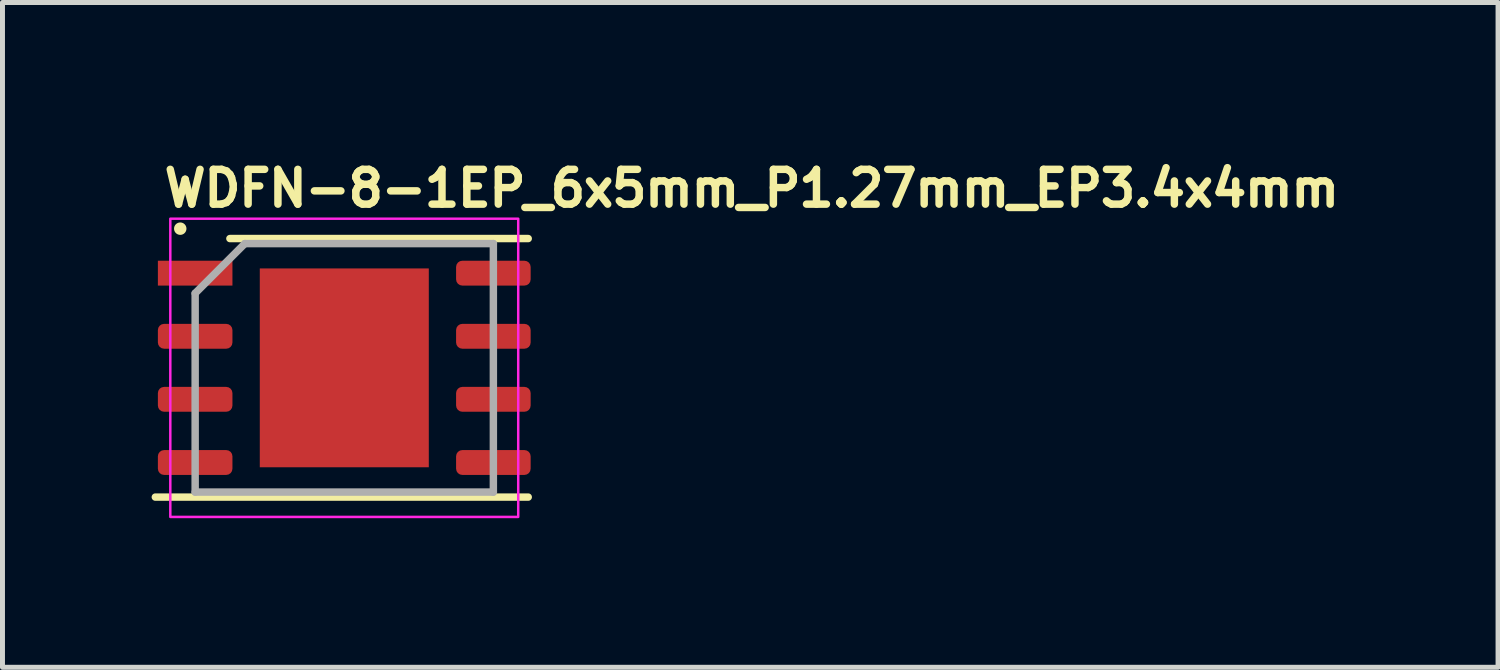
<source format=kicad_pcb>
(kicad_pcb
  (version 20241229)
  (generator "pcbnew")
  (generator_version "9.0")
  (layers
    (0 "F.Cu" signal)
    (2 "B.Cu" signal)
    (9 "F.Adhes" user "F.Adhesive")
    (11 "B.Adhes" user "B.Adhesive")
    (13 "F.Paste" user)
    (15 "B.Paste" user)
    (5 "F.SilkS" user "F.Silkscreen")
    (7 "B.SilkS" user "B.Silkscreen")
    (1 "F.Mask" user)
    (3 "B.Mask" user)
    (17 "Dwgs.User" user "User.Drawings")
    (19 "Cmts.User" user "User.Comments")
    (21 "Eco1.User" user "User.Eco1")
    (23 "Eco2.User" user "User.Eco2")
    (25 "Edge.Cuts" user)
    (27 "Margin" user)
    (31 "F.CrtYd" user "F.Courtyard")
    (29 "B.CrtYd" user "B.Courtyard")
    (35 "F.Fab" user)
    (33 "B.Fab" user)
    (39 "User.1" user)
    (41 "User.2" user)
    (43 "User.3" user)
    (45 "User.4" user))
  (footprint "WDFN-8-1EP_6x5mm_P1.27mm_EP3.4x4mm"
    (layer "F.Cu")
    (at 3.876 4.35)
    (property "Reference" "WDFN-8-1EP_6x5mm_P1.27mm_EP3.4x4mm" (at -3.7 -3.2 0) (layer "F.SilkS") (effects (font (size 0.7 0.7) (thickness 0.15)) (justify left bottom)))
    (attr smd)
    (fp_line (start -3.801 2.6) (end 3.7 2.6) (stroke (width 0.15) (type solid)) (layer "F.SilkS"))
    (fp_line (start -2.301 -2.601) (end 3.7 -2.601) (stroke (width 0.15) (type solid)) (layer "F.SilkS"))
    (fp_circle (center -3.3 -2.8) (end -3.25 -2.8) (stroke (width 0.15) (type solid)) (fill yes) (layer "F.SilkS"))
    (fp_rect (start -3.5 -3) (end 3.499 2.999) (stroke (width 0.05) (type solid)) (fill no) (layer "F.CrtYd"))
    (fp_line (start -3 -1.5) (end -3 2.499) (stroke (width 0.15) (type solid)) (layer "F.Fab"))
    (fp_line (start -3 2.499) (end 2.999 2.499) (stroke (width 0.15) (type solid)) (layer "F.Fab"))
    (fp_line (start -2 -2.5) (end -3 -1.5) (stroke (width 0.15) (type solid)) (layer "F.Fab"))
    (fp_line (start 2.999 -2.5) (end -2 -2.5) (stroke (width 0.15) (type solid)) (layer "F.Fab"))
    (fp_line (start 2.999 2.499) (end 2.999 -2.5) (stroke (width 0.15) (type solid)) (layer "F.Fab"))
    (fp_rect (start -3 -2.5) (end 2.999 2.499) (stroke (width 0.1) (type solid)) (fill no) (layer "User.5"))
    (fp_line (start -3 -2.5) (end -3 2.499) (stroke (width 0.02) (type solid)) (layer "User.9"))
    (fp_line (start -3 2.499) (end 2.999 2.499) (stroke (width 0.02) (type solid)) (layer "User.9"))
    (fp_line (start -2.81 -2.14) (end -2.81 -2.129) (stroke (width 0.02) (type solid)) (layer "User.9"))
    (fp_line (start -2.81 -2.14) (end -2.81 -2.129) (stroke (width 0.02) (type solid)) (layer "User.9"))
    (fp_line (start -2.81 -2.129) (end -2.81 -2.121) (stroke (width 0.02) (type solid)) (layer "User.9"))
    (fp_line (start -2.81 -2.129) (end -2.81 -2.121) (stroke (width 0.02) (type solid)) (layer "User.9"))
    (fp_line (start -2.81 -2.121) (end -2.81 -2.11) (stroke (width 0.02) (type solid)) (layer "User.9"))
    (fp_line (start -2.81 -2.121) (end -2.81 -2.11) (stroke (width 0.02) (type solid)) (layer "User.9"))
    (fp_line (start -2.81 -2.11) (end -2.81 -2.101) (stroke (width 0.02) (type solid)) (layer "User.9"))
    (fp_line (start -2.81 -2.11) (end -2.81 -2.101) (stroke (width 0.02) (type solid)) (layer "User.9"))
    (fp_line (start -2.81 -2.101) (end -2.809 -2.092) (stroke (width 0.02) (type solid)) (layer "User.9"))
    (fp_line (start -2.81 -2.101) (end -2.809 -2.092) (stroke (width 0.02) (type solid)) (layer "User.9"))
    (fp_line (start -2.809 -2.149) (end -2.81 -2.14) (stroke (width 0.02) (type solid)) (layer "User.9"))
    (fp_line (start -2.809 -2.149) (end -2.81 -2.14) (stroke (width 0.02) (type solid)) (layer "User.9"))
    (fp_line (start -2.809 -2.092) (end -2.806 -2.081) (stroke (width 0.02) (type solid)) (layer "User.9"))
    (fp_line (start -2.809 -2.092) (end -2.806 -2.081) (stroke (width 0.02) (type solid)) (layer "User.9"))
    (fp_line (start -2.806 -2.158) (end -2.809 -2.149) (stroke (width 0.02) (type solid)) (layer "User.9"))
    (fp_line (start -2.806 -2.158) (end -2.809 -2.149) (stroke (width 0.02) (type solid)) (layer "User.9"))
    (fp_line (start -2.806 -2.081) (end -2.805 -2.073) (stroke (width 0.02) (type solid)) (layer "User.9"))
    (fp_line (start -2.806 -2.081) (end -2.805 -2.073) (stroke (width 0.02) (type solid)) (layer "User.9"))
    (fp_line (start -2.805 -2.168) (end -2.806 -2.158) (stroke (width 0.02) (type solid)) (layer "User.9"))
    (fp_line (start -2.805 -2.168) (end -2.806 -2.158) (stroke (width 0.02) (type solid)) (layer "User.9"))
    (fp_line (start -2.805 -2.073) (end -2.802 -2.064) (stroke (width 0.02) (type solid)) (layer "User.9"))
    (fp_line (start -2.805 -2.073) (end -2.802 -2.064) (stroke (width 0.02) (type solid)) (layer "User.9"))
    (fp_line (start -2.802 -2.177) (end -2.805 -2.168) (stroke (width 0.02) (type solid)) (layer "User.9"))
    (fp_line (start -2.802 -2.177) (end -2.805 -2.168) (stroke (width 0.02) (type solid)) (layer "User.9"))
    (fp_line (start -2.802 -2.064) (end -2.798 -2.054) (stroke (width 0.02) (type solid)) (layer "User.9"))
    (fp_line (start -2.802 -2.064) (end -2.798 -2.054) (stroke (width 0.02) (type solid)) (layer "User.9"))
    (fp_line (start -2.798 -2.186) (end -2.802 -2.177) (stroke (width 0.02) (type solid)) (layer "User.9"))
    (fp_line (start -2.798 -2.186) (end -2.802 -2.177) (stroke (width 0.02) (type solid)) (layer "User.9"))
    (fp_line (start -2.798 -2.054) (end -2.795 -2.045) (stroke (width 0.02) (type solid)) (layer "User.9"))
    (fp_line (start -2.798 -2.054) (end -2.795 -2.045) (stroke (width 0.02) (type solid)) (layer "User.9"))
    (fp_line (start -2.795 -2.194) (end -2.798 -2.186) (stroke (width 0.02) (type solid)) (layer "User.9"))
    (fp_line (start -2.795 -2.194) (end -2.798 -2.186) (stroke (width 0.02) (type solid)) (layer "User.9"))
    (fp_line (start -2.795 -2.045) (end -2.791 -2.037) (stroke (width 0.02) (type solid)) (layer "User.9"))
    (fp_line (start -2.795 -2.045) (end -2.791 -2.037) (stroke (width 0.02) (type solid)) (layer "User.9"))
    (fp_line (start -2.791 -2.202) (end -2.795 -2.194) (stroke (width 0.02) (type solid)) (layer "User.9"))
    (fp_line (start -2.791 -2.202) (end -2.795 -2.194) (stroke (width 0.02) (type solid)) (layer "User.9"))
    (fp_line (start -2.791 -2.037) (end -2.787 -2.029) (stroke (width 0.02) (type solid)) (layer "User.9"))
    (fp_line (start -2.791 -2.037) (end -2.787 -2.029) (stroke (width 0.02) (type solid)) (layer "User.9"))
    (fp_line (start -2.787 -2.21) (end -2.791 -2.202) (stroke (width 0.02) (type solid)) (layer "User.9"))
    (fp_line (start -2.787 -2.21) (end -2.791 -2.202) (stroke (width 0.02) (type solid)) (layer "User.9"))
    (fp_line (start -2.787 -2.029) (end -2.782 -2.021) (stroke (width 0.02) (type solid)) (layer "User.9"))
    (fp_line (start -2.787 -2.029) (end -2.782 -2.021) (stroke (width 0.02) (type solid)) (layer "User.9"))
    (fp_line (start -2.782 -2.218) (end -2.787 -2.21) (stroke (width 0.02) (type solid)) (layer "User.9"))
    (fp_line (start -2.782 -2.218) (end -2.787 -2.21) (stroke (width 0.02) (type solid)) (layer "User.9"))
    (fp_line (start -2.782 -2.021) (end -2.778 -2.013) (stroke (width 0.02) (type solid)) (layer "User.9"))
    (fp_line (start -2.782 -2.021) (end -2.778 -2.013) (stroke (width 0.02) (type solid)) (layer "User.9"))
    (fp_line (start -2.778 -2.226) (end -2.782 -2.218) (stroke (width 0.02) (type solid)) (layer "User.9"))
    (fp_line (start -2.778 -2.226) (end -2.782 -2.218) (stroke (width 0.02) (type solid)) (layer "User.9"))
    (fp_line (start -2.778 -2.013) (end -2.773 -2.007) (stroke (width 0.02) (type solid)) (layer "User.9"))
    (fp_line (start -2.778 -2.013) (end -2.773 -2.007) (stroke (width 0.02) (type solid)) (layer "User.9"))
    (fp_line (start -2.773 -2.234) (end -2.778 -2.226) (stroke (width 0.02) (type solid)) (layer "User.9"))
    (fp_line (start -2.773 -2.234) (end -2.778 -2.226) (stroke (width 0.02) (type solid)) (layer "User.9"))
    (fp_line (start -2.773 -2.007) (end -2.767 -1.998) (stroke (width 0.02) (type solid)) (layer "User.9"))
    (fp_line (start -2.773 -2.007) (end -2.767 -1.998) (stroke (width 0.02) (type solid)) (layer "User.9"))
    (fp_line (start -2.767 -1.998) (end -2.762 -1.992) (stroke (width 0.02) (type solid)) (layer "User.9"))
    (fp_line (start -2.767 -1.998) (end -2.762 -1.992) (stroke (width 0.02) (type solid)) (layer "User.9"))
    (fp_line (start -2.766 -2.242) (end -2.773 -2.234) (stroke (width 0.02) (type solid)) (layer "User.9"))
    (fp_line (start -2.766 -2.242) (end -2.773 -2.234) (stroke (width 0.02) (type solid)) (layer "User.9"))
    (fp_line (start -2.762 -1.992) (end -2.754 -1.986) (stroke (width 0.02) (type solid)) (layer "User.9"))
    (fp_line (start -2.762 -1.992) (end -2.754 -1.986) (stroke (width 0.02) (type solid)) (layer "User.9"))
    (fp_line (start -2.761 -2.249) (end -2.766 -2.242) (stroke (width 0.02) (type solid)) (layer "User.9"))
    (fp_line (start -2.761 -2.249) (end -2.766 -2.242) (stroke (width 0.02) (type solid)) (layer "User.9"))
    (fp_line (start -2.754 -2.254) (end -2.761 -2.249) (stroke (width 0.02) (type solid)) (layer "User.9"))
    (fp_line (start -2.754 -2.254) (end -2.761 -2.249) (stroke (width 0.02) (type solid)) (layer "User.9"))
    (fp_line (start -2.754 -1.986) (end -2.749 -1.98) (stroke (width 0.02) (type solid)) (layer "User.9"))
    (fp_line (start -2.754 -1.986) (end -2.749 -1.98) (stroke (width 0.02) (type solid)) (layer "User.9"))
    (fp_line (start -2.749 -2.261) (end -2.754 -2.254) (stroke (width 0.02) (type solid)) (layer "User.9"))
    (fp_line (start -2.749 -2.261) (end -2.754 -2.254) (stroke (width 0.02) (type solid)) (layer "User.9"))
    (fp_line (start -2.749 -1.98) (end -2.742 -1.974) (stroke (width 0.02) (type solid)) (layer "User.9"))
    (fp_line (start -2.749 -1.98) (end -2.742 -1.974) (stroke (width 0.02) (type solid)) (layer "User.9"))
    (fp_line (start -2.742 -2.266) (end -2.749 -2.261) (stroke (width 0.02) (type solid)) (layer "User.9"))
    (fp_line (start -2.742 -2.266) (end -2.749 -2.261) (stroke (width 0.02) (type solid)) (layer "User.9"))
    (fp_line (start -2.742 -1.974) (end -2.734 -1.968) (stroke (width 0.02) (type solid)) (layer "User.9"))
    (fp_line (start -2.742 -1.974) (end -2.734 -1.968) (stroke (width 0.02) (type solid)) (layer "User.9"))
    (fp_line (start -2.734 -2.273) (end -2.742 -2.266) (stroke (width 0.02) (type solid)) (layer "User.9"))
    (fp_line (start -2.734 -2.273) (end -2.742 -2.266) (stroke (width 0.02) (type solid)) (layer "User.9"))
    (fp_line (start -2.734 -1.968) (end -2.726 -1.962) (stroke (width 0.02) (type solid)) (layer "User.9"))
    (fp_line (start -2.734 -1.968) (end -2.726 -1.962) (stroke (width 0.02) (type solid)) (layer "User.9"))
    (fp_line (start -2.726 -2.278) (end -2.734 -2.273) (stroke (width 0.02) (type solid)) (layer "User.9"))
    (fp_line (start -2.726 -2.278) (end -2.734 -2.273) (stroke (width 0.02) (type solid)) (layer "User.9"))
    (fp_line (start -2.726 -1.962) (end -2.718 -1.958) (stroke (width 0.02) (type solid)) (layer "User.9"))
    (fp_line (start -2.726 -1.962) (end -2.718 -1.958) (stroke (width 0.02) (type solid)) (layer "User.9"))
    (fp_line (start -2.718 -2.282) (end -2.726 -2.278) (stroke (width 0.02) (type solid)) (layer "User.9"))
    (fp_line (start -2.718 -2.282) (end -2.726 -2.278) (stroke (width 0.02) (type solid)) (layer "User.9"))
    (fp_line (start -2.718 -1.958) (end -2.71 -1.952) (stroke (width 0.02) (type solid)) (layer "User.9"))
    (fp_line (start -2.718 -1.958) (end -2.71 -1.952) (stroke (width 0.02) (type solid)) (layer "User.9"))
    (fp_line (start -2.71 -2.287) (end -2.718 -2.282) (stroke (width 0.02) (type solid)) (layer "User.9"))
    (fp_line (start -2.71 -2.287) (end -2.718 -2.282) (stroke (width 0.02) (type solid)) (layer "User.9"))
    (fp_line (start -2.71 -1.952) (end -2.702 -1.948) (stroke (width 0.02) (type solid)) (layer "User.9"))
    (fp_line (start -2.71 -1.952) (end -2.702 -1.948) (stroke (width 0.02) (type solid)) (layer "User.9"))
    (fp_line (start -2.702 -2.291) (end -2.71 -2.287) (stroke (width 0.02) (type solid)) (layer "User.9"))
    (fp_line (start -2.702 -2.291) (end -2.71 -2.287) (stroke (width 0.02) (type solid)) (layer "User.9"))
    (fp_line (start -2.702 -1.948) (end -2.694 -1.944) (stroke (width 0.02) (type solid)) (layer "User.9"))
    (fp_line (start -2.702 -1.948) (end -2.694 -1.944) (stroke (width 0.02) (type solid)) (layer "User.9"))
    (fp_line (start -2.694 -2.295) (end -2.702 -2.291) (stroke (width 0.02) (type solid)) (layer "User.9"))
    (fp_line (start -2.694 -2.295) (end -2.702 -2.291) (stroke (width 0.02) (type solid)) (layer "User.9"))
    (fp_line (start -2.694 -1.944) (end -2.685 -1.942) (stroke (width 0.02) (type solid)) (layer "User.9"))
    (fp_line (start -2.694 -1.944) (end -2.685 -1.942) (stroke (width 0.02) (type solid)) (layer "User.9"))
    (fp_line (start -2.685 -2.298) (end -2.694 -2.295) (stroke (width 0.02) (type solid)) (layer "User.9"))
    (fp_line (start -2.685 -2.298) (end -2.694 -2.295) (stroke (width 0.02) (type solid)) (layer "User.9"))
    (fp_line (start -2.685 -1.942) (end -2.677 -1.938) (stroke (width 0.02) (type solid)) (layer "User.9"))
    (fp_line (start -2.685 -1.942) (end -2.677 -1.938) (stroke (width 0.02) (type solid)) (layer "User.9"))
    (fp_line (start -2.677 -2.302) (end -2.685 -2.298) (stroke (width 0.02) (type solid)) (layer "User.9"))
    (fp_line (start -2.677 -2.302) (end -2.685 -2.298) (stroke (width 0.02) (type solid)) (layer "User.9"))
    (fp_line (start -2.677 -1.938) (end -2.668 -1.936) (stroke (width 0.02) (type solid)) (layer "User.9"))
    (fp_line (start -2.677 -1.938) (end -2.668 -1.936) (stroke (width 0.02) (type solid)) (layer "User.9"))
    (fp_line (start -2.668 -2.305) (end -2.677 -2.302) (stroke (width 0.02) (type solid)) (layer "User.9"))
    (fp_line (start -2.668 -2.305) (end -2.677 -2.302) (stroke (width 0.02) (type solid)) (layer "User.9"))
    (fp_line (start -2.668 -1.936) (end -2.658 -1.934) (stroke (width 0.02) (type solid)) (layer "User.9"))
    (fp_line (start -2.668 -1.936) (end -2.658 -1.934) (stroke (width 0.02) (type solid)) (layer "User.9"))
    (fp_line (start -2.658 -2.307) (end -2.668 -2.305) (stroke (width 0.02) (type solid)) (layer "User.9"))
    (fp_line (start -2.658 -2.307) (end -2.668 -2.305) (stroke (width 0.02) (type solid)) (layer "User.9"))
    (fp_line (start -2.658 -1.934) (end -2.649 -1.932) (stroke (width 0.02) (type solid)) (layer "User.9"))
    (fp_line (start -2.658 -1.934) (end -2.649 -1.932) (stroke (width 0.02) (type solid)) (layer "User.9"))
    (fp_line (start -2.649 -2.308) (end -2.658 -2.307) (stroke (width 0.02) (type solid)) (layer "User.9"))
    (fp_line (start -2.649 -2.308) (end -2.658 -2.307) (stroke (width 0.02) (type solid)) (layer "User.9"))
    (fp_line (start -2.649 -1.932) (end -2.64 -1.93) (stroke (width 0.02) (type solid)) (layer "User.9"))
    (fp_line (start -2.649 -1.932) (end -2.64 -1.93) (stroke (width 0.02) (type solid)) (layer "User.9"))
    (fp_line (start -2.64 -2.31) (end -2.649 -2.308) (stroke (width 0.02) (type solid)) (layer "User.9"))
    (fp_line (start -2.64 -2.31) (end -2.649 -2.308) (stroke (width 0.02) (type solid)) (layer "User.9"))
    (fp_line (start -2.64 -1.93) (end -2.629 -1.93) (stroke (width 0.02) (type solid)) (layer "User.9"))
    (fp_line (start -2.64 -1.93) (end -2.629 -1.93) (stroke (width 0.02) (type solid)) (layer "User.9"))
    (fp_line (start -2.629 -2.311) (end -2.64 -2.31) (stroke (width 0.02) (type solid)) (layer "User.9"))
    (fp_line (start -2.629 -2.311) (end -2.64 -2.31) (stroke (width 0.02) (type solid)) (layer "User.9"))
    (fp_line (start -2.629 -1.93) (end -2.621 -1.93) (stroke (width 0.02) (type solid)) (layer "User.9"))
    (fp_line (start -2.629 -1.93) (end -2.621 -1.93) (stroke (width 0.02) (type solid)) (layer "User.9"))
    (fp_line (start -2.621 -1.93) (end -2.621 -1.93) (stroke (width 0.02) (type solid)) (layer "User.9"))
    (fp_line (start -2.621 -1.93) (end -2.621 -1.93) (stroke (width 0.02) (type solid)) (layer "User.9"))
    (fp_line (start -2.621 -1.93) (end -2.61 -1.93) (stroke (width 0.02) (type solid)) (layer "User.9"))
    (fp_line (start -2.621 -1.93) (end -2.61 -1.93) (stroke (width 0.02) (type solid)) (layer "User.9"))
    (fp_line (start -2.62 -2.311) (end -2.629 -2.311) (stroke (width 0.02) (type solid)) (layer "User.9"))
    (fp_line (start -2.62 -2.311) (end -2.629 -2.311) (stroke (width 0.02) (type solid)) (layer "User.9"))
    (fp_line (start -2.62 -2.311) (end -2.62 -2.311) (stroke (width 0.02) (type solid)) (layer "User.9"))
    (fp_line (start -2.62 -2.311) (end -2.62 -2.311) (stroke (width 0.02) (type solid)) (layer "User.9"))
    (fp_line (start -2.61 -2.311) (end -2.62 -2.311) (stroke (width 0.02) (type solid)) (layer "User.9"))
    (fp_line (start -2.61 -2.311) (end -2.62 -2.311) (stroke (width 0.02) (type solid)) (layer "User.9"))
    (fp_line (start -2.61 -1.93) (end -2.601 -1.93) (stroke (width 0.02) (type solid)) (layer "User.9"))
    (fp_line (start -2.61 -1.93) (end -2.601 -1.93) (stroke (width 0.02) (type solid)) (layer "User.9"))
    (fp_line (start -2.601 -2.31) (end -2.61 -2.311) (stroke (width 0.02) (type solid)) (layer "User.9"))
    (fp_line (start -2.601 -2.31) (end -2.61 -2.311) (stroke (width 0.02) (type solid)) (layer "User.9"))
    (fp_line (start -2.601 -1.93) (end -2.592 -1.932) (stroke (width 0.02) (type solid)) (layer "User.9"))
    (fp_line (start -2.601 -1.93) (end -2.592 -1.932) (stroke (width 0.02) (type solid)) (layer "User.9"))
    (fp_line (start -2.592 -1.932) (end -2.581 -1.934) (stroke (width 0.02) (type solid)) (layer "User.9"))
    (fp_line (start -2.592 -1.932) (end -2.581 -1.934) (stroke (width 0.02) (type solid)) (layer "User.9"))
    (fp_line (start -2.59 -2.308) (end -2.601 -2.31) (stroke (width 0.02) (type solid)) (layer "User.9"))
    (fp_line (start -2.59 -2.308) (end -2.601 -2.31) (stroke (width 0.02) (type solid)) (layer "User.9"))
    (fp_line (start -2.581 -2.307) (end -2.59 -2.308) (stroke (width 0.02) (type solid)) (layer "User.9"))
    (fp_line (start -2.581 -2.307) (end -2.59 -2.308) (stroke (width 0.02) (type solid)) (layer "User.9"))
    (fp_line (start -2.581 -1.934) (end -2.573 -1.936) (stroke (width 0.02) (type solid)) (layer "User.9"))
    (fp_line (start -2.581 -1.934) (end -2.573 -1.936) (stroke (width 0.02) (type solid)) (layer "User.9"))
    (fp_line (start -2.573 -2.305) (end -2.581 -2.307) (stroke (width 0.02) (type solid)) (layer "User.9"))
    (fp_line (start -2.573 -2.305) (end -2.581 -2.307) (stroke (width 0.02) (type solid)) (layer "User.9"))
    (fp_line (start -2.573 -1.936) (end -2.564 -1.938) (stroke (width 0.02) (type solid)) (layer "User.9"))
    (fp_line (start -2.573 -1.936) (end -2.564 -1.938) (stroke (width 0.02) (type solid)) (layer "User.9"))
    (fp_line (start -2.564 -2.302) (end -2.573 -2.305) (stroke (width 0.02) (type solid)) (layer "User.9"))
    (fp_line (start -2.564 -2.302) (end -2.573 -2.305) (stroke (width 0.02) (type solid)) (layer "User.9"))
    (fp_line (start -2.564 -1.938) (end -2.555 -1.942) (stroke (width 0.02) (type solid)) (layer "User.9"))
    (fp_line (start -2.564 -1.938) (end -2.555 -1.942) (stroke (width 0.02) (type solid)) (layer "User.9"))
    (fp_line (start -2.555 -2.298) (end -2.564 -2.302) (stroke (width 0.02) (type solid)) (layer "User.9"))
    (fp_line (start -2.555 -2.298) (end -2.564 -2.302) (stroke (width 0.02) (type solid)) (layer "User.9"))
    (fp_line (start -2.555 -1.942) (end -2.545 -1.944) (stroke (width 0.02) (type solid)) (layer "User.9"))
    (fp_line (start -2.555 -1.942) (end -2.545 -1.944) (stroke (width 0.02) (type solid)) (layer "User.9"))
    (fp_line (start -2.545 -2.295) (end -2.555 -2.298) (stroke (width 0.02) (type solid)) (layer "User.9"))
    (fp_line (start -2.545 -2.295) (end -2.555 -2.298) (stroke (width 0.02) (type solid)) (layer "User.9"))
    (fp_line (start -2.545 -1.944) (end -2.537 -1.948) (stroke (width 0.02) (type solid)) (layer "User.9"))
    (fp_line (start -2.545 -1.944) (end -2.537 -1.948) (stroke (width 0.02) (type solid)) (layer "User.9"))
    (fp_line (start -2.537 -2.291) (end -2.545 -2.295) (stroke (width 0.02) (type solid)) (layer "User.9"))
    (fp_line (start -2.537 -2.291) (end -2.545 -2.295) (stroke (width 0.02) (type solid)) (layer "User.9"))
    (fp_line (start -2.537 -1.948) (end -2.529 -1.952) (stroke (width 0.02) (type solid)) (layer "User.9"))
    (fp_line (start -2.537 -1.948) (end -2.529 -1.952) (stroke (width 0.02) (type solid)) (layer "User.9"))
    (fp_line (start -2.529 -2.287) (end -2.537 -2.291) (stroke (width 0.02) (type solid)) (layer "User.9"))
    (fp_line (start -2.529 -2.287) (end -2.537 -2.291) (stroke (width 0.02) (type solid)) (layer "User.9"))
    (fp_line (start -2.529 -1.952) (end -2.521 -1.958) (stroke (width 0.02) (type solid)) (layer "User.9"))
    (fp_line (start -2.529 -1.952) (end -2.521 -1.958) (stroke (width 0.02) (type solid)) (layer "User.9"))
    (fp_line (start -2.521 -2.282) (end -2.529 -2.287) (stroke (width 0.02) (type solid)) (layer "User.9"))
    (fp_line (start -2.521 -2.282) (end -2.529 -2.287) (stroke (width 0.02) (type solid)) (layer "User.9"))
    (fp_line (start -2.521 -1.958) (end -2.513 -1.962) (stroke (width 0.02) (type solid)) (layer "User.9"))
    (fp_line (start -2.521 -1.958) (end -2.513 -1.962) (stroke (width 0.02) (type solid)) (layer "User.9"))
    (fp_line (start -2.513 -2.278) (end -2.521 -2.282) (stroke (width 0.02) (type solid)) (layer "User.9"))
    (fp_line (start -2.513 -2.278) (end -2.521 -2.282) (stroke (width 0.02) (type solid)) (layer "User.9"))
    (fp_line (start -2.513 -1.962) (end -2.507 -1.968) (stroke (width 0.02) (type solid)) (layer "User.9"))
    (fp_line (start -2.513 -1.962) (end -2.507 -1.968) (stroke (width 0.02) (type solid)) (layer "User.9"))
    (fp_line (start -2.507 -2.273) (end -2.513 -2.278) (stroke (width 0.02) (type solid)) (layer "User.9"))
    (fp_line (start -2.507 -2.273) (end -2.513 -2.278) (stroke (width 0.02) (type solid)) (layer "User.9"))
    (fp_line (start -2.507 -1.968) (end -2.499 -1.974) (stroke (width 0.02) (type solid)) (layer "User.9"))
    (fp_line (start -2.507 -1.968) (end -2.499 -1.974) (stroke (width 0.02) (type solid)) (layer "User.9"))
    (fp_line (start -2.499 -2.266) (end -2.507 -2.273) (stroke (width 0.02) (type solid)) (layer "User.9"))
    (fp_line (start -2.499 -2.266) (end -2.507 -2.273) (stroke (width 0.02) (type solid)) (layer "User.9"))
    (fp_line (start -2.499 -1.974) (end -2.492 -1.98) (stroke (width 0.02) (type solid)) (layer "User.9"))
    (fp_line (start -2.499 -1.974) (end -2.492 -1.98) (stroke (width 0.02) (type solid)) (layer "User.9"))
    (fp_line (start -2.492 -2.261) (end -2.499 -2.266) (stroke (width 0.02) (type solid)) (layer "User.9"))
    (fp_line (start -2.492 -2.261) (end -2.499 -2.266) (stroke (width 0.02) (type solid)) (layer "User.9"))
    (fp_line (start -2.492 -1.98) (end -2.485 -1.986) (stroke (width 0.02) (type solid)) (layer "User.9"))
    (fp_line (start -2.492 -1.98) (end -2.485 -1.986) (stroke (width 0.02) (type solid)) (layer "User.9"))
    (fp_line (start -2.485 -2.254) (end -2.492 -2.261) (stroke (width 0.02) (type solid)) (layer "User.9"))
    (fp_line (start -2.485 -2.254) (end -2.492 -2.261) (stroke (width 0.02) (type solid)) (layer "User.9"))
    (fp_line (start -2.485 -1.986) (end -2.48 -1.992) (stroke (width 0.02) (type solid)) (layer "User.9"))
    (fp_line (start -2.485 -1.986) (end -2.48 -1.992) (stroke (width 0.02) (type solid)) (layer "User.9"))
    (fp_line (start -2.48 -1.992) (end -2.473 -1.998) (stroke (width 0.02) (type solid)) (layer "User.9"))
    (fp_line (start -2.48 -1.992) (end -2.473 -1.998) (stroke (width 0.02) (type solid)) (layer "User.9"))
    (fp_line (start -2.479 -2.249) (end -2.485 -2.254) (stroke (width 0.02) (type solid)) (layer "User.9"))
    (fp_line (start -2.479 -2.249) (end -2.485 -2.254) (stroke (width 0.02) (type solid)) (layer "User.9"))
    (fp_line (start -2.473 -1.998) (end -2.468 -2.007) (stroke (width 0.02) (type solid)) (layer "User.9"))
    (fp_line (start -2.473 -1.998) (end -2.468 -2.007) (stroke (width 0.02) (type solid)) (layer "User.9"))
    (fp_line (start -2.472 -2.242) (end -2.479 -2.249) (stroke (width 0.02) (type solid)) (layer "User.9"))
    (fp_line (start -2.472 -2.242) (end -2.479 -2.249) (stroke (width 0.02) (type solid)) (layer "User.9"))
    (fp_line (start -2.468 -2.234) (end -2.472 -2.242) (stroke (width 0.02) (type solid)) (layer "User.9"))
    (fp_line (start -2.468 -2.234) (end -2.472 -2.242) (stroke (width 0.02) (type solid)) (layer "User.9"))
    (fp_line (start -2.468 -2.007) (end -2.463 -2.013) (stroke (width 0.02) (type solid)) (layer "User.9"))
    (fp_line (start -2.468 -2.007) (end -2.463 -2.013) (stroke (width 0.02) (type solid)) (layer "User.9"))
    (fp_line (start -2.463 -2.226) (end -2.468 -2.234) (stroke (width 0.02) (type solid)) (layer "User.9"))
    (fp_line (start -2.463 -2.226) (end -2.468 -2.234) (stroke (width 0.02) (type solid)) (layer "User.9"))
    (fp_line (start -2.463 -2.013) (end -2.457 -2.021) (stroke (width 0.02) (type solid)) (layer "User.9"))
    (fp_line (start -2.463 -2.013) (end -2.457 -2.021) (stroke (width 0.02) (type solid)) (layer "User.9"))
    (fp_line (start -2.457 -2.218) (end -2.463 -2.226) (stroke (width 0.02) (type solid)) (layer "User.9"))
    (fp_line (start -2.457 -2.218) (end -2.463 -2.226) (stroke (width 0.02) (type solid)) (layer "User.9"))
    (fp_line (start -2.457 -2.021) (end -2.452 -2.029) (stroke (width 0.02) (type solid)) (layer "User.9"))
    (fp_line (start -2.457 -2.021) (end -2.452 -2.029) (stroke (width 0.02) (type solid)) (layer "User.9"))
    (fp_line (start -2.452 -2.21) (end -2.457 -2.218) (stroke (width 0.02) (type solid)) (layer "User.9"))
    (fp_line (start -2.452 -2.21) (end -2.457 -2.218) (stroke (width 0.02) (type solid)) (layer "User.9"))
    (fp_line (start -2.452 -2.029) (end -2.448 -2.037) (stroke (width 0.02) (type solid)) (layer "User.9"))
    (fp_line (start -2.452 -2.029) (end -2.448 -2.037) (stroke (width 0.02) (type solid)) (layer "User.9"))
    (fp_line (start -2.448 -2.202) (end -2.452 -2.21) (stroke (width 0.02) (type solid)) (layer "User.9"))
    (fp_line (start -2.448 -2.202) (end -2.452 -2.21) (stroke (width 0.02) (type solid)) (layer "User.9"))
    (fp_line (start -2.448 -2.037) (end -2.444 -2.045) (stroke (width 0.02) (type solid)) (layer "User.9"))
    (fp_line (start -2.448 -2.037) (end -2.444 -2.045) (stroke (width 0.02) (type solid)) (layer "User.9"))
    (fp_line (start -2.444 -2.194) (end -2.448 -2.202) (stroke (width 0.02) (type solid)) (layer "User.9"))
    (fp_line (start -2.444 -2.194) (end -2.448 -2.202) (stroke (width 0.02) (type solid)) (layer "User.9"))
    (fp_line (start -2.444 -2.045) (end -2.441 -2.054) (stroke (width 0.02) (type solid)) (layer "User.9"))
    (fp_line (start -2.444 -2.045) (end -2.441 -2.054) (stroke (width 0.02) (type solid)) (layer "User.9"))
    (fp_line (start -2.441 -2.186) (end -2.444 -2.194) (stroke (width 0.02) (type solid)) (layer "User.9"))
    (fp_line (start -2.441 -2.186) (end -2.444 -2.194) (stroke (width 0.02) (type solid)) (layer "User.9"))
    (fp_line (start -2.441 -2.054) (end -2.439 -2.064) (stroke (width 0.02) (type solid)) (layer "User.9"))
    (fp_line (start -2.441 -2.054) (end -2.439 -2.064) (stroke (width 0.02) (type solid)) (layer "User.9"))
    (fp_line (start -2.439 -2.177) (end -2.441 -2.186) (stroke (width 0.02) (type solid)) (layer "User.9"))
    (fp_line (start -2.439 -2.177) (end -2.441 -2.186) (stroke (width 0.02) (type solid)) (layer "User.9"))
    (fp_line (start -2.439 -2.064) (end -2.436 -2.073) (stroke (width 0.02) (type solid)) (layer "User.9"))
    (fp_line (start -2.439 -2.064) (end -2.436 -2.073) (stroke (width 0.02) (type solid)) (layer "User.9"))
    (fp_line (start -2.436 -2.168) (end -2.439 -2.177) (stroke (width 0.02) (type solid)) (layer "User.9"))
    (fp_line (start -2.436 -2.168) (end -2.439 -2.177) (stroke (width 0.02) (type solid)) (layer "User.9"))
    (fp_line (start -2.436 -2.073) (end -2.433 -2.081) (stroke (width 0.02) (type solid)) (layer "User.9"))
    (fp_line (start -2.436 -2.073) (end -2.433 -2.081) (stroke (width 0.02) (type solid)) (layer "User.9"))
    (fp_line (start -2.433 -2.158) (end -2.436 -2.168) (stroke (width 0.02) (type solid)) (layer "User.9"))
    (fp_line (start -2.433 -2.158) (end -2.436 -2.168) (stroke (width 0.02) (type solid)) (layer "User.9"))
    (fp_line (start -2.433 -2.081) (end -2.431 -2.09) (stroke (width 0.02) (type solid)) (layer "User.9"))
    (fp_line (start -2.433 -2.081) (end -2.431 -2.09) (stroke (width 0.02) (type solid)) (layer "User.9"))
    (fp_line (start -2.431 -2.149) (end -2.433 -2.158) (stroke (width 0.02) (type solid)) (layer "User.9"))
    (fp_line (start -2.431 -2.149) (end -2.433 -2.158) (stroke (width 0.02) (type solid)) (layer "User.9"))
    (fp_line (start -2.431 -2.14) (end -2.431 -2.149) (stroke (width 0.02) (type solid)) (layer "User.9"))
    (fp_line (start -2.431 -2.14) (end -2.431 -2.149) (stroke (width 0.02) (type solid)) (layer "User.9"))
    (fp_line (start -2.431 -2.101) (end -2.43 -2.11) (stroke (width 0.02) (type solid)) (layer "User.9"))
    (fp_line (start -2.431 -2.101) (end -2.43 -2.11) (stroke (width 0.02) (type solid)) (layer "User.9"))
    (fp_line (start -2.431 -2.09) (end -2.431 -2.101) (stroke (width 0.02) (type solid)) (layer "User.9"))
    (fp_line (start -2.431 -2.09) (end -2.431 -2.101) (stroke (width 0.02) (type solid)) (layer "User.9"))
    (fp_line (start -2.43 -2.129) (end -2.431 -2.14) (stroke (width 0.02) (type solid)) (layer "User.9"))
    (fp_line (start -2.43 -2.129) (end -2.431 -2.14) (stroke (width 0.02) (type solid)) (layer "User.9"))
    (fp_line (start -2.43 -2.121) (end -2.43 -2.129) (stroke (width 0.02) (type solid)) (layer "User.9"))
    (fp_line (start -2.43 -2.121) (end -2.43 -2.129) (stroke (width 0.02) (type solid)) (layer "User.9"))
    (fp_line (start -2.43 -2.11) (end -2.43 -2.12) (stroke (width 0.02) (type solid)) (layer "User.9"))
    (fp_line (start -2.43 -2.11) (end -2.43 -2.12) (stroke (width 0.02) (type solid)) (layer "User.9"))
    (fp_line (start 2.999 -2.5) (end -3 -2.5) (stroke (width 0.02) (type solid)) (layer "User.9"))
    (fp_line (start 2.999 2.499) (end 2.999 -2.5) (stroke (width 0.02) (type solid)) (layer "User.9"))
    (pad "" smd roundrect (at -0.802 -1) (size 1.37 1.61) (layers "F.Paste") (roundrect_rratio 0.182))
    (pad "" smd roundrect (at -0.802 0.998) (size 1.37 1.61) (layers "F.Paste") (roundrect_rratio 0.182))
    (pad "" smd roundrect (at 0.8 -1) (size 1.37 1.61) (layers "F.Paste") (roundrect_rratio 0.182))
    (pad "" smd roundrect (at 0.8 0.998) (size 1.37 1.61) (layers "F.Paste") (roundrect_rratio 0.182))
    (pad "1" smd rect (at -3 -1.905 90) (size 0.5 1.5) (layers "F.Cu" "F.Mask" "F.Paste"))
    (pad "2" smd roundrect (at -3 -0.635 90) (size 0.5 1.5) (layers "F.Cu" "F.Mask" "F.Paste") (roundrect_rratio 0.25))
    (pad "3" smd roundrect (at -3 0.633 90) (size 0.5 1.5) (layers "F.Cu" "F.Mask" "F.Paste") (roundrect_rratio 0.25))
    (pad "4" smd roundrect (at -3 1.904 90) (size 0.5 1.5) (layers "F.Cu" "F.Mask" "F.Paste") (roundrect_rratio 0.25))
    (pad "5" smd roundrect (at 2.999 1.904 90) (size 0.5 1.5) (layers "F.Cu" "F.Mask" "F.Paste") (roundrect_rratio 0.25))
    (pad "6" smd roundrect (at 2.999 0.633 90) (size 0.5 1.5) (layers "F.Cu" "F.Mask" "F.Paste") (roundrect_rratio 0.25))
    (pad "7" smd roundrect (at 2.999 -0.635 90) (size 0.5 1.5) (layers "F.Cu" "F.Mask" "F.Paste") (roundrect_rratio 0.25))
    (pad "8" smd roundrect (at 2.999 -1.905 90) (size 0.5 1.5) (layers "F.Cu" "F.Mask" "F.Paste") (roundrect_rratio 0.25))
    (pad "9" smd rect (at 0 0) (size 3.4 4) (layers "F.Cu" "F.Mask")))
  (gr_rect
    (start -3 -3)
    (end 27.086 10.374)
    (stroke (width 0.1) (type default))
    (fill no)
    (layer "Edge.Cuts")))
</source>
